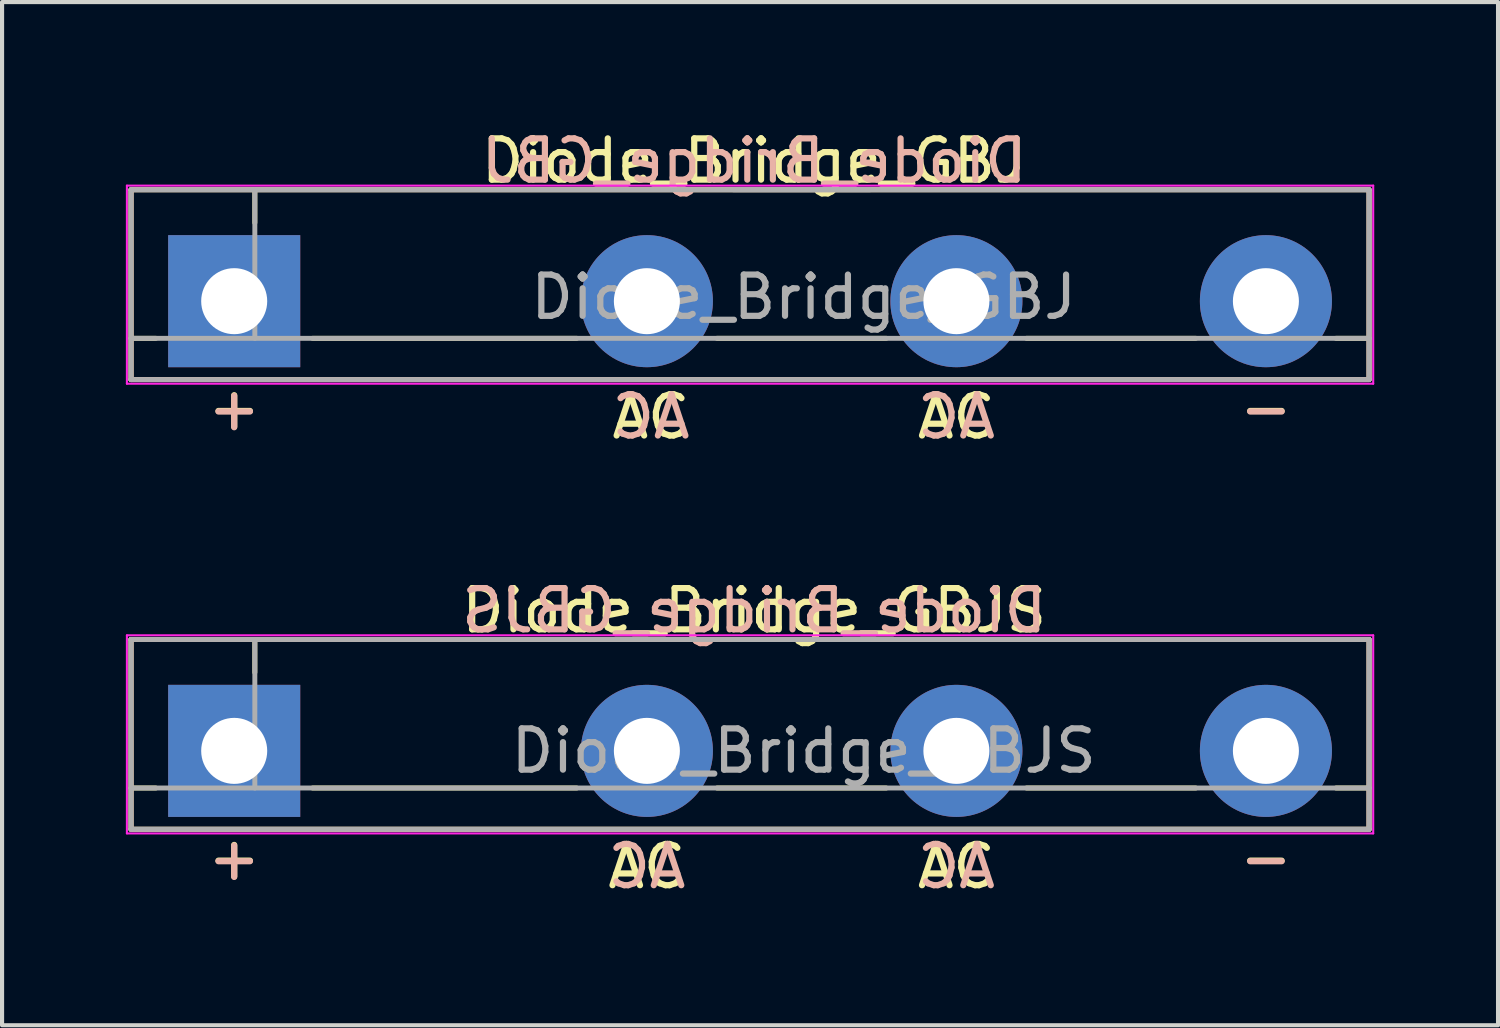
<source format=kicad_pcb>
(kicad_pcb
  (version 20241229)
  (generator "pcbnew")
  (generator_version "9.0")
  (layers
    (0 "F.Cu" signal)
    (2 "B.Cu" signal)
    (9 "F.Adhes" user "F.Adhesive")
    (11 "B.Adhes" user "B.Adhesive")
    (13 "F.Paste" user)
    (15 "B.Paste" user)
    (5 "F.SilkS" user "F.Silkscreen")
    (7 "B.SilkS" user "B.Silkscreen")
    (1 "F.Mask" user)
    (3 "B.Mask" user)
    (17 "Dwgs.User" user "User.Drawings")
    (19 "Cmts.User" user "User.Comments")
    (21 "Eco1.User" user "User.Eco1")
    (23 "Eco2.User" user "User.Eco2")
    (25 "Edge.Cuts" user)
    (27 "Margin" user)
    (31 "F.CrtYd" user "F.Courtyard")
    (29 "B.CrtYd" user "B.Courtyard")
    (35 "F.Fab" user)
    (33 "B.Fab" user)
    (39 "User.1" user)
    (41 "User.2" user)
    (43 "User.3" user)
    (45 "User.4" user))
  (footprint "Diode_Bridge_GBJS"
    (layer "F.Cu")
    (at 2.625 15.145)
    (property "Reference" "Diode_Bridge_GBJS" (at 12.6 -3.4 0) (layer "F.SilkS") (effects (font (size 1 1) (thickness 0.15))))
    (fp_line (start -2.5 -2.7) (end -2.5 1.9) (stroke (width 0.12) (type solid)) (layer "F.SilkS"))
    (fp_line (start -2.5 -2.7) (end 27.5 -2.7) (stroke (width 0.12) (type solid)) (layer "F.SilkS"))
    (fp_line (start -1.9 0.9) (end -2.5 0.9) (stroke (width 0.12) (type solid)) (layer "F.SilkS"))
    (fp_line (start 0.5 -2.7) (end 0.5 -1.9) (stroke (width 0.12) (type solid)) (layer "F.SilkS"))
    (fp_line (start 8.3 0.9) (end 1.9 0.9) (stroke (width 0.12) (type solid)) (layer "F.SilkS"))
    (fp_line (start 15.8 0.9) (end 11.7 0.9) (stroke (width 0.12) (type solid)) (layer "F.SilkS"))
    (fp_line (start 23.3 0.9) (end 19.2 0.9) (stroke (width 0.12) (type solid)) (layer "F.SilkS"))
    (fp_line (start 27.5 -2.7) (end 27.5 1.9) (stroke (width 0.12) (type solid)) (layer "F.SilkS"))
    (fp_line (start 27.5 0.9) (end 26.7 0.9) (stroke (width 0.12) (type solid)) (layer "F.SilkS"))
    (fp_line (start 27.5 1.9) (end -2.5 1.9) (stroke (width 0.12) (type solid)) (layer "F.SilkS"))
    (fp_line (start -2.5 -2.7) (end -2.5 1.9) (stroke (width 0.12) (type solid)) (layer "B.SilkS"))
    (fp_line (start -2.5 1.9) (end 27.5 1.9) (stroke (width 0.12) (type solid)) (layer "B.SilkS"))
    (fp_line (start 27.5 -2.7) (end -2.5 -2.7) (stroke (width 0.12) (type solid)) (layer "B.SilkS"))
    (fp_line (start 27.5 -2.7) (end 27.5 1.9) (stroke (width 0.12) (type solid)) (layer "B.SilkS"))
    (fp_line (start -2.6 -2.8) (end -2.6 2) (stroke (width 0.05) (type solid)) (layer "F.CrtYd"))
    (fp_line (start -2.6 2) (end 27.6 2) (stroke (width 0.05) (type solid)) (layer "F.CrtYd"))
    (fp_line (start 27.6 -2.8) (end -2.6 -2.8) (stroke (width 0.05) (type solid)) (layer "F.CrtYd"))
    (fp_line (start 27.6 2) (end 27.6 -2.8) (stroke (width 0.05) (type solid)) (layer "F.CrtYd"))
    (fp_line (start -2.5 -2.7) (end 27.5 -2.7) (stroke (width 0.12) (type solid)) (layer "F.Fab"))
    (fp_line (start -2.5 0.9) (end 27.5 0.9) (stroke (width 0.12) (type solid)) (layer "F.Fab"))
    (fp_line (start -2.5 1.9) (end -2.5 -2.7) (stroke (width 0.12) (type solid)) (layer "F.Fab"))
    (fp_line (start 0.5 -2.7) (end 0.5 0.9) (stroke (width 0.12) (type solid)) (layer "F.Fab"))
    (fp_line (start 12.1 -2.7) (end 15.4 -2.7) (stroke (width 0.12) (type solid)) (layer "F.Fab"))
    (fp_line (start 27.5 -2.7) (end 27.5 1.9) (stroke (width 0.12) (type solid)) (layer "F.Fab"))
    (fp_line (start 27.5 1.9) (end -2.5 1.9) (stroke (width 0.12) (type solid)) (layer "F.Fab"))
    (fp_text user "AC" (at 10 2.8 0) (layer "F.SilkS") (effects (font (size 1 1) (thickness 0.15))))
    (fp_text user "-" (at 25 2.586 0) (layer "F.SilkS") (effects (font (size 1 1) (thickness 0.15))))
    (fp_text user "AC" (at 17.5 2.8 0) (layer "F.SilkS") (effects (font (size 1 1) (thickness 0.15))))
    (fp_text user "+" (at 0 2.586 0) (layer "F.SilkS") (effects (font (size 1 1) (thickness 0.15))))
    (fp_text user "-" (at 25 2.6 0) (layer "B.SilkS") (effects (font (size 1 1) (thickness 0.15)) (justify mirror)))
    (fp_text user "AC" (at 10 2.8 0) (layer "B.SilkS") (effects (font (size 1 1) (thickness 0.15)) (justify mirror)))
    (fp_text user "${REFERENCE}" (at 12.6 -3.4 0) (layer "B.SilkS") (effects (font (size 1 1) (thickness 0.15)) (justify mirror)))
    (fp_text user "AC" (at 17.5 2.8 0) (layer "B.SilkS") (effects (font (size 1 1) (thickness 0.15)) (justify mirror)))
    (fp_text user "+" (at 0 2.6 0) (layer "B.SilkS") (effects (font (size 1 1) (thickness 0.15)) (justify mirror)))
    (fp_text user "${REFERENCE}" (at 13.8 0 0) (layer "F.Fab") (effects (font (size 1 1) (thickness 0.15))))
    (pad "1" thru_hole rect (at 0 0 180) (size 3.2 3.2) (drill 1.6) (layers "*.Cu" "*.Mask"))
    (pad "2" thru_hole circle (at 10 0 180) (size 3.2 3.2) (drill 1.6) (layers "*.Cu" "*.Mask"))
    (pad "3" thru_hole circle (at 17.5 0 180) (size 3.2 3.2) (drill 1.6) (layers "*.Cu" "*.Mask"))
    (pad "4" thru_hole circle (at 25 0 180) (size 3.2 3.2) (drill 1.6) (layers "*.Cu" "*.Mask")))
  (footprint "Diode_Bridge_GBJ"
    (layer "F.Cu")
    (at 2.625 4.248)
    (property "Reference" "Diode_Bridge_GBJ" (at 12.6 -3.4 0) (layer "F.SilkS") (effects (font (size 1 1) (thickness 0.15))))
    (fp_line (start -2.5 -2.7) (end -2.5 1.9) (stroke (width 0.12) (type solid)) (layer "F.SilkS"))
    (fp_line (start -2.5 -2.7) (end 27.5 -2.7) (stroke (width 0.12) (type solid)) (layer "F.SilkS"))
    (fp_line (start -1.9 0.9) (end -2.5 0.9) (stroke (width 0.12) (type solid)) (layer "F.SilkS"))
    (fp_line (start 0.5 -2.7) (end 0.5 -1.9) (stroke (width 0.12) (type solid)) (layer "F.SilkS"))
    (fp_line (start 8.3 0.9) (end 1.9 0.9) (stroke (width 0.12) (type solid)) (layer "F.SilkS"))
    (fp_line (start 15.8 0.9) (end 11.7 0.9) (stroke (width 0.12) (type solid)) (layer "F.SilkS"))
    (fp_line (start 23.3 0.9) (end 19.2 0.9) (stroke (width 0.12) (type solid)) (layer "F.SilkS"))
    (fp_line (start 27.5 -2.7) (end 27.5 1.9) (stroke (width 0.12) (type solid)) (layer "F.SilkS"))
    (fp_line (start 27.5 0.9) (end 26.7 0.9) (stroke (width 0.12) (type solid)) (layer "F.SilkS"))
    (fp_line (start 27.5 1.9) (end -2.5 1.9) (stroke (width 0.12) (type solid)) (layer "F.SilkS"))
    (fp_line (start -2.5 -2.7) (end -2.5 1.9) (stroke (width 0.12) (type solid)) (layer "B.SilkS"))
    (fp_line (start -2.5 1.9) (end 27.5 1.9) (stroke (width 0.12) (type solid)) (layer "B.SilkS"))
    (fp_line (start 27.5 -2.7) (end -2.5 -2.7) (stroke (width 0.12) (type solid)) (layer "B.SilkS"))
    (fp_line (start 27.5 -2.7) (end 27.5 1.9) (stroke (width 0.12) (type solid)) (layer "B.SilkS"))
    (fp_line (start -2.6 -2.8) (end -2.6 2) (stroke (width 0.05) (type solid)) (layer "F.CrtYd"))
    (fp_line (start -2.6 2) (end 27.6 2) (stroke (width 0.05) (type solid)) (layer "F.CrtYd"))
    (fp_line (start 27.6 -2.8) (end -2.6 -2.8) (stroke (width 0.05) (type solid)) (layer "F.CrtYd"))
    (fp_line (start 27.6 2) (end 27.6 -2.8) (stroke (width 0.05) (type solid)) (layer "F.CrtYd"))
    (fp_line (start -2.5 -2.7) (end 27.5 -2.7) (stroke (width 0.12) (type solid)) (layer "F.Fab"))
    (fp_line (start -2.5 0.9) (end 27.5 0.9) (stroke (width 0.12) (type solid)) (layer "F.Fab"))
    (fp_line (start -2.5 1.9) (end -2.5 -2.7) (stroke (width 0.12) (type solid)) (layer "F.Fab"))
    (fp_line (start 0.5 -2.7) (end 0.5 0.9) (stroke (width 0.12) (type solid)) (layer "F.Fab"))
    (fp_line (start 12.1 -2.7) (end 15.4 -2.7) (stroke (width 0.12) (type solid)) (layer "F.Fab"))
    (fp_line (start 27.5 -2.7) (end 27.5 1.9) (stroke (width 0.12) (type solid)) (layer "F.Fab"))
    (fp_line (start 27.5 1.9) (end -2.5 1.9) (stroke (width 0.12) (type solid)) (layer "F.Fab"))
    (fp_text user "-" (at 25 2.586 0) (layer "F.SilkS") (effects (font (size 1 1) (thickness 0.15))))
    (fp_text user "AC" (at 17.5 2.8 0) (layer "F.SilkS") (effects (font (size 1 1) (thickness 0.15))))
    (fp_text user "AC" (at 10.1 2.8 0) (layer "F.SilkS") (effects (font (size 1 1) (thickness 0.15))))
    (fp_text user "+" (at 0 2.586 0) (layer "F.SilkS") (effects (font (size 1 1) (thickness 0.15))))
    (fp_text user "${REFERENCE}" (at 12.6 -3.4 0) (layer "B.SilkS") (effects (font (size 1 1) (thickness 0.15)) (justify mirror)))
    (fp_text user "+" (at 0 2.6 0) (layer "B.SilkS") (effects (font (size 1 1) (thickness 0.15)) (justify mirror)))
    (fp_text user "AC" (at 10.1 2.8 0) (layer "B.SilkS") (effects (font (size 1 1) (thickness 0.15)) (justify mirror)))
    (fp_text user "-" (at 25 2.6 0) (layer "B.SilkS") (effects (font (size 1 1) (thickness 0.15)) (justify mirror)))
    (fp_text user "AC" (at 17.5 2.8 0) (layer "B.SilkS") (effects (font (size 1 1) (thickness 0.15)) (justify mirror)))
    (fp_text user "${REFERENCE}" (at 13.8 -0.1 0) (layer "F.Fab") (effects (font (size 1 1) (thickness 0.15))))
    (pad "1" thru_hole rect (at 0 0 180) (size 3.2 3.2) (drill 1.6) (layers "*.Cu" "*.Mask"))
    (pad "2" thru_hole circle (at 10 0 180) (size 3.2 3.2) (drill 1.6) (layers "*.Cu" "*.Mask"))
    (pad "3" thru_hole circle (at 17.5 0 180) (size 3.2 3.2) (drill 1.6) (layers "*.Cu" "*.Mask"))
    (pad "4" thru_hole circle (at 25 0 180) (size 3.2 3.2) (drill 1.6) (layers "*.Cu" "*.Mask")))
  (gr_rect
    (start -3 -3)
    (end 33.25 21.793)
    (stroke (width 0.1) (type default))
    (fill no)
    (layer "Edge.Cuts")))
</source>
